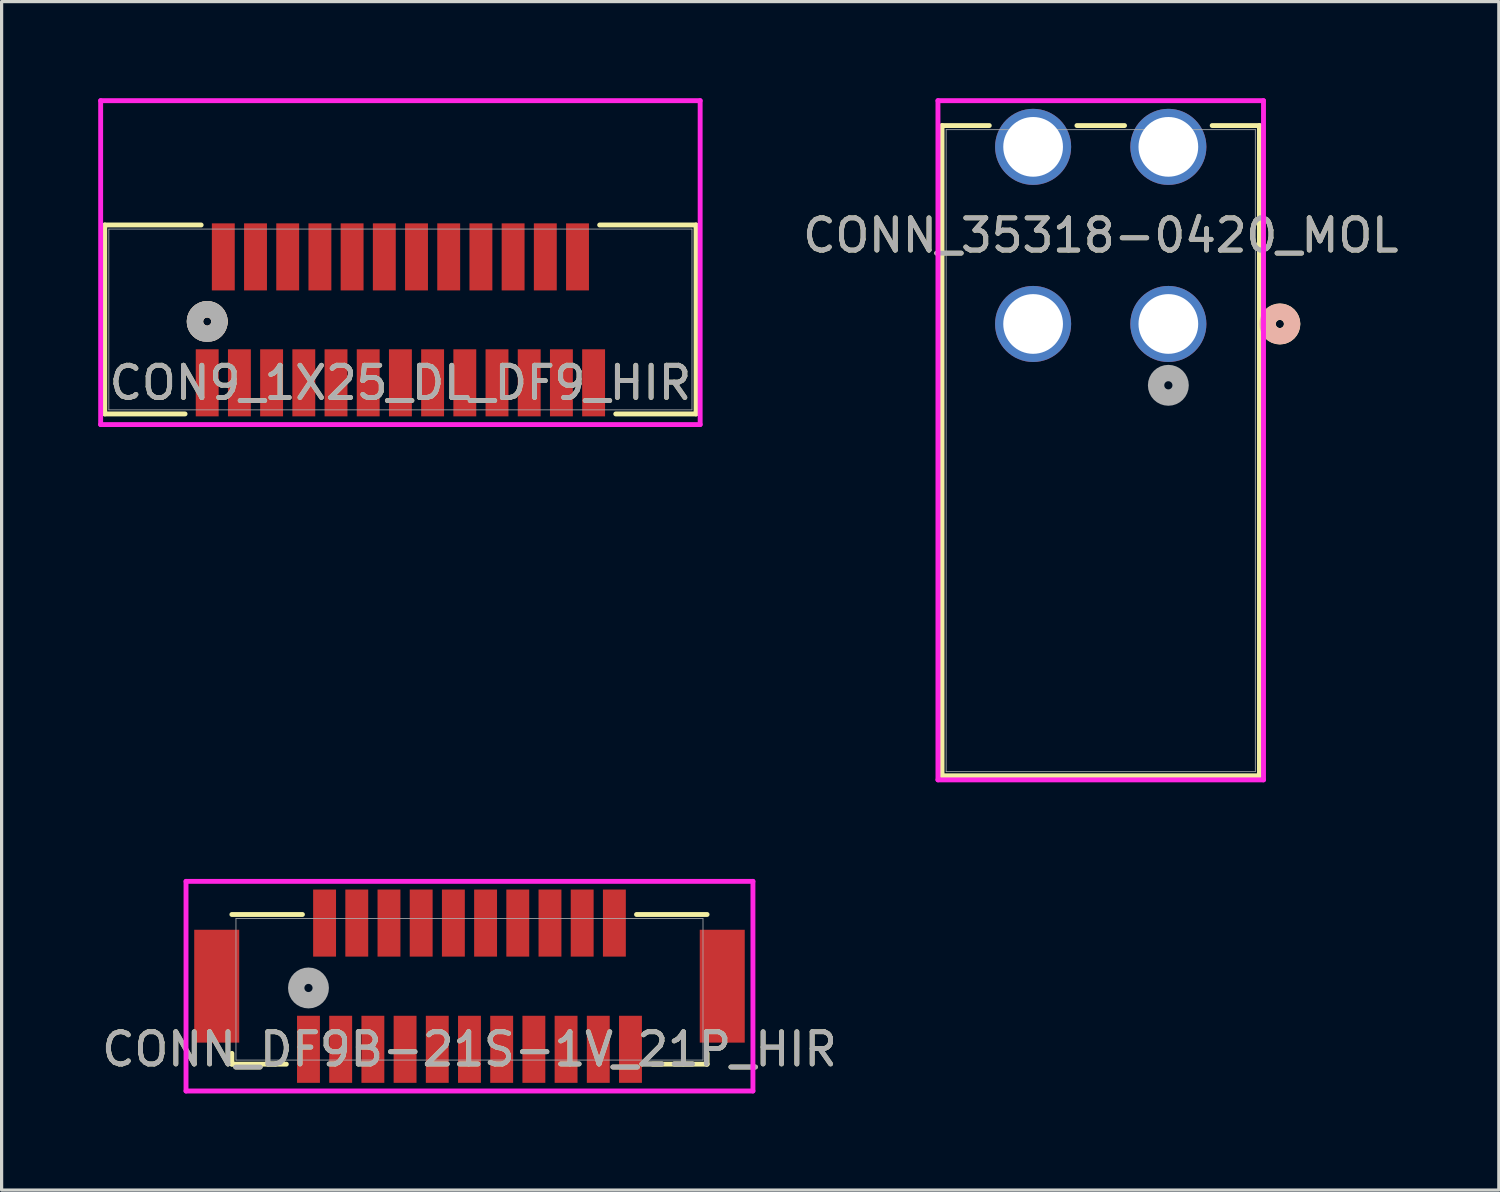
<source format=kicad_pcb>
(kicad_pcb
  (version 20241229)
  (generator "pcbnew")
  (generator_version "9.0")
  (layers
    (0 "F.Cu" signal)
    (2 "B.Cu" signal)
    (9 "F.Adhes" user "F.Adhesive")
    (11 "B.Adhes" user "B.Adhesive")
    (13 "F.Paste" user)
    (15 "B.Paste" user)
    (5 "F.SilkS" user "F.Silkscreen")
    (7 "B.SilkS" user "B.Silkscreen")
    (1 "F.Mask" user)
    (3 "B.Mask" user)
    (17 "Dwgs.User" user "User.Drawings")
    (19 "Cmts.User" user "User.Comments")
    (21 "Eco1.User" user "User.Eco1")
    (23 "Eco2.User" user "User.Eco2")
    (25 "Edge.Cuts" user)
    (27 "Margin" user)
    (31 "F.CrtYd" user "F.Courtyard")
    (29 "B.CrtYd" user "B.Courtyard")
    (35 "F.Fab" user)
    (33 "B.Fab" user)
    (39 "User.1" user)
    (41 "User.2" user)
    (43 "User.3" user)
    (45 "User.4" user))
  (footprint "CONN_35318-0420_MOL"
    (layer "F.Cu")
    (at 33.234 7.011)
    (property "Reference" "CONN_35318-0420_MOL" (at -2.1 -2.75 0) (unlocked yes) (layer "F.SilkS") (effects (font (size 1 1) (thickness 0.15))))
    (attr through_hole)
    (fp_line (start -7.028 -6.162) (end -7.028 14.031) (stroke (width 0.152) (type solid)) (layer "F.SilkS"))
    (fp_line (start -7.028 14.031) (end 2.828 14.031) (stroke (width 0.152) (type solid)) (layer "F.SilkS"))
    (fp_line (start -5.561 -6.162) (end -7.028 -6.162) (stroke (width 0.152) (type solid)) (layer "F.SilkS"))
    (fp_line (start -1.361 -6.162) (end -2.839 -6.162) (stroke (width 0.152) (type solid)) (layer "F.SilkS"))
    (fp_line (start 2.828 -6.162) (end 1.361 -6.162) (stroke (width 0.152) (type solid)) (layer "F.SilkS"))
    (fp_line (start 2.828 14.031) (end 2.828 -6.162) (stroke (width 0.152) (type solid)) (layer "F.SilkS"))
    (fp_circle (center 3.463 0) (end 3.844 0) (stroke (width 0.508) (type solid)) (fill no) (layer "F.SilkS"))
    (fp_circle (center 3.463 0) (end 3.844 0) (stroke (width 0.508) (type solid)) (fill no) (layer "B.SilkS"))
    (fp_line (start -7.155 -6.935) (end -7.155 14.158) (stroke (width 0.152) (type solid)) (layer "F.CrtYd"))
    (fp_line (start -7.155 14.158) (end 2.955 14.158) (stroke (width 0.152) (type solid)) (layer "F.CrtYd"))
    (fp_line (start 2.955 -6.935) (end -7.155 -6.935) (stroke (width 0.152) (type solid)) (layer "F.CrtYd"))
    (fp_line (start 2.955 14.158) (end 2.955 -6.935) (stroke (width 0.152) (type solid)) (layer "F.CrtYd"))
    (fp_line (start -6.901 -6.035) (end -6.901 13.904) (stroke (width 0.025) (type solid)) (layer "F.Fab"))
    (fp_line (start -6.901 13.904) (end 2.701 13.904) (stroke (width 0.025) (type solid)) (layer "F.Fab"))
    (fp_line (start 2.701 -6.035) (end -6.901 -6.035) (stroke (width 0.025) (type solid)) (layer "F.Fab"))
    (fp_line (start 2.701 13.904) (end 2.701 -6.035) (stroke (width 0.025) (type solid)) (layer "F.Fab"))
    (fp_circle (center 0 1.905) (end 0.381 1.905) (stroke (width 0.508) (type solid)) (fill no) (layer "F.Fab"))
    (fp_text user "${REFERENCE}" (at -2.1 -2.75 0) (unlocked yes) (layer "F.Fab") (effects (font (size 1 1) (thickness 0.15))))
    (pad "1" thru_hole circle (at -0.000001 0) (size 2.362 2.362) (drill 1.854) (layers "*.Cu" "*.Mask"))
    (pad "2" thru_hole circle (at -4.2 0) (size 2.362 2.362) (drill 1.854) (layers "*.Cu" "*.Mask"))
    (pad "3" thru_hole circle (at -0.000001 -5.5) (size 2.362 2.362) (drill 1.854) (layers "*.Cu" "*.Mask"))
    (pad "4" thru_hole circle (at -4.2 -5.5) (size 2.362 2.362) (drill 1.854) (layers "*.Cu" "*.Mask")))
  (footprint "CONN_DF9B-21S-1V_21P_HIR"
    (layer "F.Cu")
    (at 11.53 27.674)
    (property "Reference" "CONN_DF9B-21S-1V_21P_HIR" (at 0 1.863 0) (unlocked yes) (layer "F.SilkS") (effects (font (size 1 1) (thickness 0.15))))
    (attr smd)
    (fp_line (start -7.379 1.988) (end -7.379 2.324) (stroke (width 0.152) (type solid)) (layer "F.SilkS"))
    (fp_line (start -7.379 2.324) (end -5.688 2.324) (stroke (width 0.152) (type solid)) (layer "F.SilkS"))
    (fp_line (start -5.188 -2.324) (end -7.379 -2.324) (stroke (width 0.152) (type solid)) (layer "F.SilkS"))
    (fp_line (start 5.688 2.324) (end 7.379 2.324) (stroke (width 0.152) (type solid)) (layer "F.SilkS"))
    (fp_line (start 7.379 -2.324) (end 5.188 -2.324) (stroke (width 0.152) (type solid)) (layer "F.SilkS"))
    (fp_line (start 7.379 2.324) (end 7.379 1.988) (stroke (width 0.152) (type solid)) (layer "F.SilkS"))
    (fp_line (start -8.803 -3.353) (end -8.803 3.158) (stroke (width 0.152) (type solid)) (layer "F.CrtYd"))
    (fp_line (start -8.803 3.158) (end 8.803 3.158) (stroke (width 0.152) (type solid)) (layer "F.CrtYd"))
    (fp_line (start 8.803 -3.353) (end -8.803 -3.353) (stroke (width 0.152) (type solid)) (layer "F.CrtYd"))
    (fp_line (start 8.803 3.158) (end 8.803 -3.353) (stroke (width 0.152) (type solid)) (layer "F.CrtYd"))
    (fp_line (start -7.252 -2.197) (end -7.252 2.197) (stroke (width 0.025) (type solid)) (layer "F.Fab"))
    (fp_line (start -7.252 2.197) (end 7.252 2.197) (stroke (width 0.025) (type solid)) (layer "F.Fab"))
    (fp_line (start 7.252 -2.197) (end -7.252 -2.197) (stroke (width 0.025) (type solid)) (layer "F.Fab"))
    (fp_line (start 7.252 2.197) (end 7.252 -2.197) (stroke (width 0.025) (type solid)) (layer "F.Fab"))
    (fp_circle (center -5 -0.042) (end -4.619 -0.042) (stroke (width 0.508) (type solid)) (fill no) (layer "F.Fab"))
    (fp_text user "${REFERENCE}" (at 0 1.863 0) (unlocked yes) (layer "F.Fab") (effects (font (size 1 1) (thickness 0.15))))
    (pad "1" smd rect (at -5 1.863) (size 0.711 2.083) (layers "F.Cu" "F.Mask" "F.Paste"))
    (pad "2" smd rect (at -4.5 -2.057) (size 0.711 2.083) (layers "F.Cu" "F.Mask" "F.Paste"))
    (pad "3" smd rect (at -4 1.863) (size 0.711 2.083) (layers "F.Cu" "F.Mask" "F.Paste"))
    (pad "4" smd rect (at -3.5 -2.057) (size 0.711 2.083) (layers "F.Cu" "F.Mask" "F.Paste"))
    (pad "5" smd rect (at -3 1.863) (size 0.711 2.083) (layers "F.Cu" "F.Mask" "F.Paste"))
    (pad "6" smd rect (at -2.5 -2.057) (size 0.711 2.083) (layers "F.Cu" "F.Mask" "F.Paste"))
    (pad "7" smd rect (at -2 1.863) (size 0.711 2.083) (layers "F.Cu" "F.Mask" "F.Paste"))
    (pad "8" smd rect (at -1.5 -2.057) (size 0.711 2.083) (layers "F.Cu" "F.Mask" "F.Paste"))
    (pad "9" smd rect (at -1 1.863) (size 0.711 2.083) (layers "F.Cu" "F.Mask" "F.Paste"))
    (pad "10" smd rect (at -0.5 -2.057) (size 0.711 2.083) (layers "F.Cu" "F.Mask" "F.Paste"))
    (pad "11" smd rect (at 0 1.863) (size 0.711 2.083) (layers "F.Cu" "F.Mask" "F.Paste"))
    (pad "12" smd rect (at 0.5 -2.057) (size 0.711 2.083) (layers "F.Cu" "F.Mask" "F.Paste"))
    (pad "13" smd rect (at 1 1.863) (size 0.711 2.083) (layers "F.Cu" "F.Mask" "F.Paste"))
    (pad "14" smd rect (at 1.5 -2.057) (size 0.711 2.083) (layers "F.Cu" "F.Mask" "F.Paste"))
    (pad "15" smd rect (at 2 1.863) (size 0.711 2.083) (layers "F.Cu" "F.Mask" "F.Paste"))
    (pad "16" smd rect (at 2.5 -2.057) (size 0.711 2.083) (layers "F.Cu" "F.Mask" "F.Paste"))
    (pad "17" smd rect (at 3 1.863) (size 0.711 2.083) (layers "F.Cu" "F.Mask" "F.Paste"))
    (pad "18" smd rect (at 3.5 -2.057) (size 0.711 2.083) (layers "F.Cu" "F.Mask" "F.Paste"))
    (pad "19" smd rect (at 4 1.863) (size 0.711 2.083) (layers "F.Cu" "F.Mask" "F.Paste"))
    (pad "20" smd rect (at 4.5 -2.057) (size 0.711 2.083) (layers "F.Cu" "F.Mask" "F.Paste"))
    (pad "21" smd rect (at 5 1.863) (size 0.711 2.083) (layers "F.Cu" "F.Mask" "F.Paste"))
    (pad "22" smd rect (at -7.85 -0.097) (size 1.397 3.505) (layers "F.Cu" "F.Mask" "F.Paste"))
    (pad "23" smd rect (at 7.85 -0.097) (size 1.397 3.505) (layers "F.Cu" "F.Mask" "F.Paste")))
  (footprint "CON9_1X25_DL_DF9_HIR"
    (layer "F.Cu")
    (at 9.385 6.871)
    (property "Reference" "CON9_1X25_DL_DF9_HIR" (at 0 1.968 0) (unlocked yes) (layer "F.SilkS") (effects (font (size 1 1) (thickness 0.15))))
    (attr smd)
    (fp_line (start -9.182 -2.934) (end -9.182 2.934) (stroke (width 0.152) (type solid)) (layer "F.SilkS"))
    (fp_line (start -9.182 2.934) (end -6.688 2.934) (stroke (width 0.152) (type solid)) (layer "F.SilkS"))
    (fp_line (start -6.188 -2.934) (end -9.182 -2.934) (stroke (width 0.152) (type solid)) (layer "F.SilkS"))
    (fp_line (start 6.688 2.934) (end 9.182 2.934) (stroke (width 0.152) (type solid)) (layer "F.SilkS"))
    (fp_line (start 9.182 -2.934) (end 6.188 -2.934) (stroke (width 0.152) (type solid)) (layer "F.SilkS"))
    (fp_line (start 9.182 2.934) (end 9.182 -2.934) (stroke (width 0.152) (type solid)) (layer "F.SilkS"))
    (fp_arc (start -6.143213 0.41656) (mid -6.212836 -0.25251) (end -5.619001 0.0635) (stroke (width 0.508) (type solid)) (layer "F.SilkS"))
    (fp_arc (start -5.619001 0.0635) (mid -5.683991 0.276335) (end -5.856789 0.41656) (stroke (width 0.508) (type solid)) (layer "F.SilkS"))
    (fp_circle (center -6 0.064) (end -5.619 0.064) (stroke (width 0.508) (type solid)) (fill no) (layer "B.SilkS"))
    (fp_line (start -9.309 -6.795) (end -9.309 3.264) (stroke (width 0.152) (type solid)) (layer "F.CrtYd"))
    (fp_line (start -9.309 3.264) (end 9.309 3.264) (stroke (width 0.152) (type solid)) (layer "F.CrtYd"))
    (fp_line (start 9.309 -6.795) (end -9.309 -6.795) (stroke (width 0.152) (type solid)) (layer "F.CrtYd"))
    (fp_line (start 9.309 3.264) (end 9.309 -6.795) (stroke (width 0.152) (type solid)) (layer "F.CrtYd"))
    (fp_line (start -9.055 -2.807) (end -9.055 2.807) (stroke (width 0.025) (type solid)) (layer "F.Fab"))
    (fp_line (start -9.055 2.807) (end 9.055 2.807) (stroke (width 0.025) (type solid)) (layer "F.Fab"))
    (fp_line (start 9.055 -2.807) (end -9.055 -2.807) (stroke (width 0.025) (type solid)) (layer "F.Fab"))
    (fp_line (start 9.055 2.807) (end 9.055 -2.807) (stroke (width 0.025) (type solid)) (layer "F.Fab"))
    (fp_circle (center -6 0.064) (end -5.619 0.064) (stroke (width 0.508) (type solid)) (fill no) (layer "F.Fab"))
    (fp_text user "${REFERENCE}" (at 0 1.968 0) (unlocked yes) (layer "F.Fab") (effects (font (size 1 1) (thickness 0.15))))
    (pad "1" smd rect (at -6 1.968) (size 0.711 2.083) (layers "F.Cu" "F.Mask" "F.Paste"))
    (pad "2" smd rect (at -5.5 -1.943) (size 0.711 2.083) (layers "F.Cu" "F.Mask" "F.Paste"))
    (pad "3" smd rect (at -5 1.968) (size 0.711 2.083) (layers "F.Cu" "F.Mask" "F.Paste"))
    (pad "4" smd rect (at -4.5 -1.943) (size 0.711 2.083) (layers "F.Cu" "F.Mask" "F.Paste"))
    (pad "5" smd rect (at -4 1.968) (size 0.711 2.083) (layers "F.Cu" "F.Mask" "F.Paste"))
    (pad "6" smd rect (at -3.5 -1.943) (size 0.711 2.083) (layers "F.Cu" "F.Mask" "F.Paste"))
    (pad "7" smd rect (at -3 1.968) (size 0.711 2.083) (layers "F.Cu" "F.Mask" "F.Paste"))
    (pad "8" smd rect (at -2.5 -1.943) (size 0.711 2.083) (layers "F.Cu" "F.Mask" "F.Paste"))
    (pad "9" smd rect (at -2 1.968) (size 0.711 2.083) (layers "F.Cu" "F.Mask" "F.Paste"))
    (pad "10" smd rect (at -1.5 -1.943) (size 0.711 2.083) (layers "F.Cu" "F.Mask" "F.Paste"))
    (pad "11" smd rect (at -1 1.968) (size 0.711 2.083) (layers "F.Cu" "F.Mask" "F.Paste"))
    (pad "12" smd rect (at -0.5 -1.943) (size 0.711 2.083) (layers "F.Cu" "F.Mask" "F.Paste"))
    (pad "13" smd rect (at 0 1.968) (size 0.711 2.083) (layers "F.Cu" "F.Mask" "F.Paste"))
    (pad "14" smd rect (at 0.5 -1.943) (size 0.711 2.083) (layers "F.Cu" "F.Mask" "F.Paste"))
    (pad "15" smd rect (at 1 1.968) (size 0.711 2.083) (layers "F.Cu" "F.Mask" "F.Paste"))
    (pad "16" smd rect (at 1.5 -1.943) (size 0.711 2.083) (layers "F.Cu" "F.Mask" "F.Paste"))
    (pad "17" smd rect (at 2 1.968) (size 0.711 2.083) (layers "F.Cu" "F.Mask" "F.Paste"))
    (pad "18" smd rect (at 2.5 -1.943) (size 0.711 2.083) (layers "F.Cu" "F.Mask" "F.Paste"))
    (pad "19" smd rect (at 3 1.968) (size 0.711 2.083) (layers "F.Cu" "F.Mask" "F.Paste"))
    (pad "20" smd rect (at 3.5 -1.943) (size 0.711 2.083) (layers "F.Cu" "F.Mask" "F.Paste"))
    (pad "21" smd rect (at 4 1.968) (size 0.711 2.083) (layers "F.Cu" "F.Mask" "F.Paste"))
    (pad "22" smd rect (at 4.5 -1.943) (size 0.711 2.083) (layers "F.Cu" "F.Mask" "F.Paste"))
    (pad "23" smd rect (at 5 1.968) (size 0.711 2.083) (layers "F.Cu" "F.Mask" "F.Paste"))
    (pad "24" smd rect (at 5.5 -1.943) (size 0.711 2.083) (layers "F.Cu" "F.Mask" "F.Paste"))
    (pad "25" smd rect (at 6 1.968) (size 0.711 2.083) (layers "F.Cu" "F.Mask" "F.Paste")))
  (gr_rect
    (start -3 -3)
    (end 43.497 33.909)
    (stroke (width 0.1) (type default))
    (fill no)
    (layer "Edge.Cuts")))
</source>
